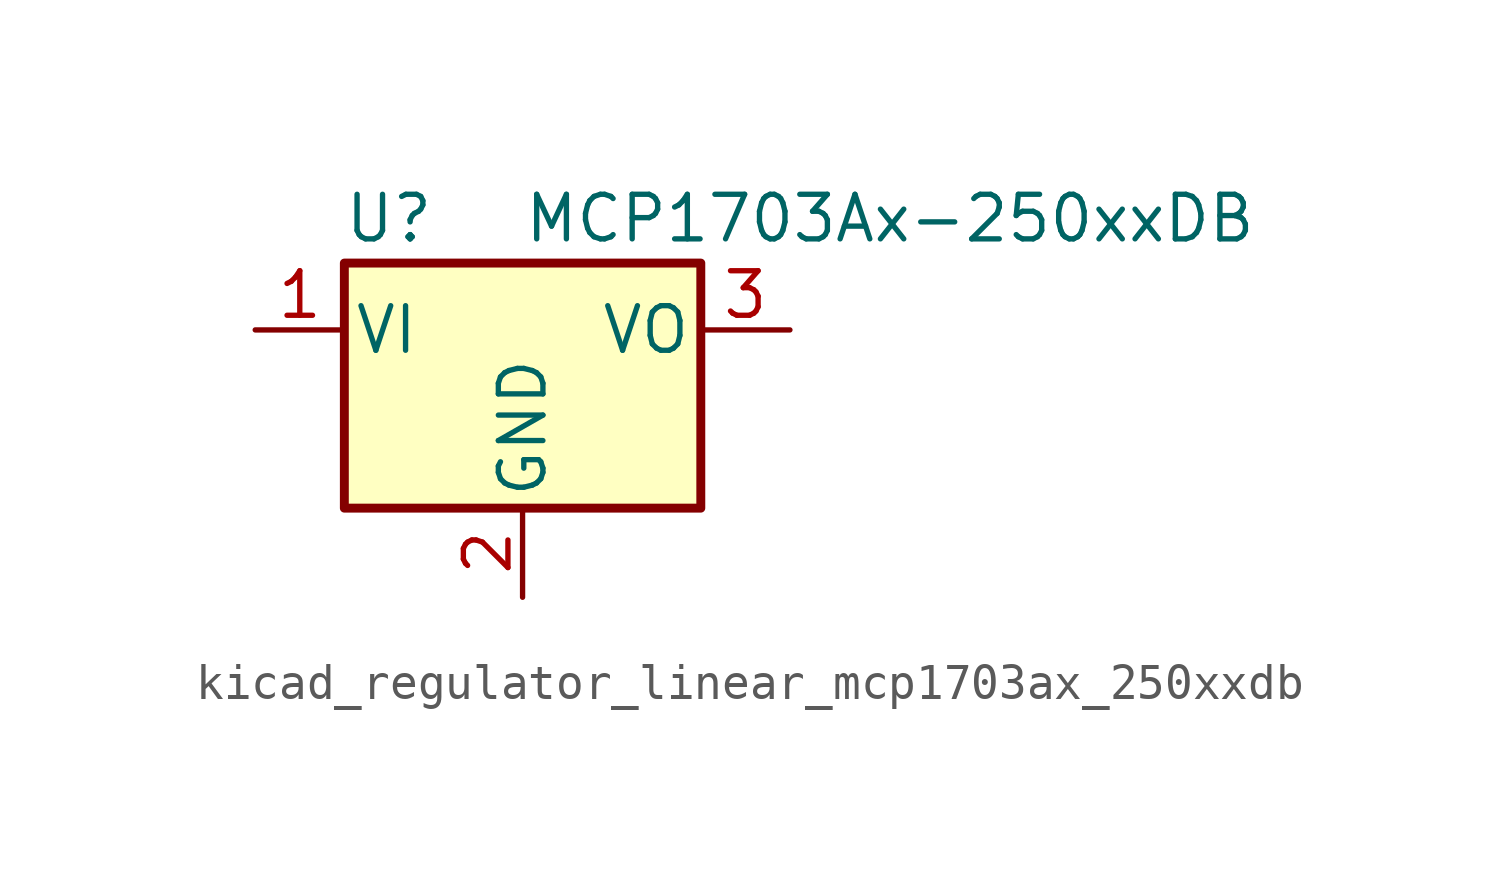
<source format=kicad_sym>
(kicad_symbol_lib
  (version 20220914)
  (generator kicad_symbol_editor)
  (symbol "kicad_regulator_linear_mcp1703ax_250xxdb"
    (pin_names
      (offset 0.254))
    (property "Reference" "U"
      (at -3.81 3.175 0)
      (effects (font (size 1.27 1.27))))
    (property "Value" "MCP1703Ax-250xxDB"
      (at 0 3.175 0)
      (effects (font (size 1.27 1.27)) (justify left)))
    (symbol "kicad_regulator_linear_mcp1703ax_250xxdb_0_1"
      (rectangle (start -5.08 -5.08) (end 5.08 1.905) (stroke (width 0.254) (type default)) (fill (type background))))
    (symbol "kicad_regulator_linear_mcp1703ax_250xxdb_1_1"
      (pin power_in line (at -7.62 0 0) (length 2.54) (name "VI" (effects (font (size 1.27 1.27)))) (number "1" (effects (font (size 1.27 1.27)))))
      (pin power_in line (at 0 -7.62 90) (length 2.54) (name "GND" (effects (font (size 1.27 1.27)))) (number "2" (effects (font (size 1.27 1.27)))))
      (pin power_out line (at 7.62 0 180) (length 2.54) (name "VO" (effects (font (size 1.27 1.27)))) (number "3" (effects (font (size 1.27 1.27))))))))
</source>
